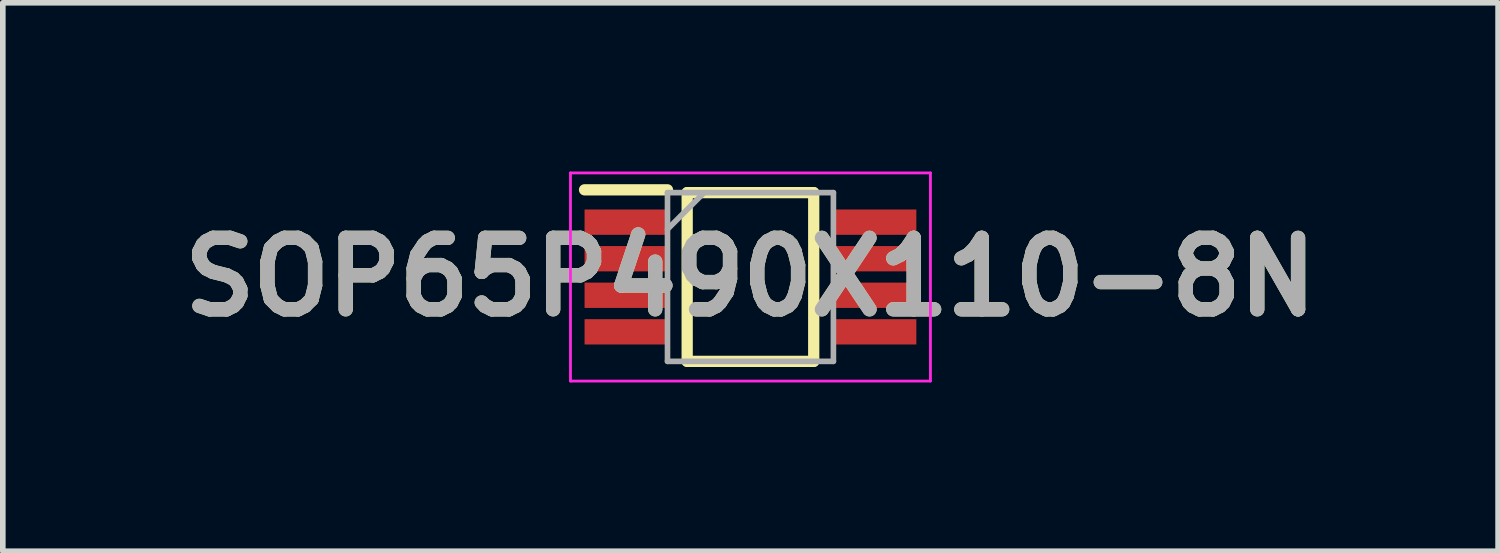
<source format=kicad_pcb>
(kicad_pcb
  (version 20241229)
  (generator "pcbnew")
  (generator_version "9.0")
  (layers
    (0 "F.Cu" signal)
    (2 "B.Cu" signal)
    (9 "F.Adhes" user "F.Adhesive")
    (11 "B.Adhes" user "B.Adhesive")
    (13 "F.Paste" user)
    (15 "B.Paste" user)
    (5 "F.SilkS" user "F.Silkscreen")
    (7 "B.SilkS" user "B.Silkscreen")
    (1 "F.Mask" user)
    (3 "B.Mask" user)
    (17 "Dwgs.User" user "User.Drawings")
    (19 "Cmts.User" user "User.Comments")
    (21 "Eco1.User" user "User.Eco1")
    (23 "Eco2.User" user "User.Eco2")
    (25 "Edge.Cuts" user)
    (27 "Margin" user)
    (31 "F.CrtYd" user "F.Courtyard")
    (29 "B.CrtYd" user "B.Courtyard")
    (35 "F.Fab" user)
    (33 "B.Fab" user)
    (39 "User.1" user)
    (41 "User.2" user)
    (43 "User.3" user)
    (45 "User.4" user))
  (footprint "SOP65P490X110-8N"
    (layer "F.Cu")
    (at 10.293 1.875)
    (property "Reference" "SOP65P490X110-8N" (at 0 0 0) (layer "F.SilkS") (effects (font (size 1.27 1.27) (thickness 0.254))))
    (attr smd)
    (fp_line (start -2.95 -1.55) (end -1.475 -1.55) (stroke (width 0.2) (type solid)) (layer "F.SilkS"))
    (fp_line (start -1.125 -1.5) (end 1.125 -1.5) (stroke (width 0.2) (type solid)) (layer "F.SilkS"))
    (fp_line (start -1.125 1.5) (end -1.125 -1.5) (stroke (width 0.2) (type solid)) (layer "F.SilkS"))
    (fp_line (start 1.125 -1.5) (end 1.125 1.5) (stroke (width 0.2) (type solid)) (layer "F.SilkS"))
    (fp_line (start 1.125 1.5) (end -1.125 1.5) (stroke (width 0.2) (type solid)) (layer "F.SilkS"))
    (fp_line (start -3.2 -1.85) (end 3.2 -1.85) (stroke (width 0.05) (type solid)) (layer "F.CrtYd"))
    (fp_line (start -3.2 1.85) (end -3.2 -1.85) (stroke (width 0.05) (type solid)) (layer "F.CrtYd"))
    (fp_line (start 3.2 -1.85) (end 3.2 1.85) (stroke (width 0.05) (type solid)) (layer "F.CrtYd"))
    (fp_line (start 3.2 1.85) (end -3.2 1.85) (stroke (width 0.05) (type solid)) (layer "F.CrtYd"))
    (fp_line (start -1.475 -1.5) (end 1.475 -1.5) (stroke (width 0.1) (type solid)) (layer "F.Fab"))
    (fp_line (start -1.475 -0.85) (end -0.825 -1.5) (stroke (width 0.1) (type solid)) (layer "F.Fab"))
    (fp_line (start -1.475 1.5) (end -1.475 -1.5) (stroke (width 0.1) (type solid)) (layer "F.Fab"))
    (fp_line (start 1.475 -1.5) (end 1.475 1.5) (stroke (width 0.1) (type solid)) (layer "F.Fab"))
    (fp_line (start 1.475 1.5) (end -1.475 1.5) (stroke (width 0.1) (type solid)) (layer "F.Fab"))
    (fp_text user "${REFERENCE}" (at 0 0 0) (layer "F.Fab") (effects (font (size 1.27 1.27) (thickness 0.254))))
    (pad "1" smd rect (at -2.212 -0.975 90) (size 0.45 1.475) (layers "F.Cu" "F.Mask" "F.Paste"))
    (pad "2" smd rect (at -2.212 -0.325 90) (size 0.45 1.475) (layers "F.Cu" "F.Mask" "F.Paste"))
    (pad "3" smd rect (at -2.212 0.325 90) (size 0.45 1.475) (layers "F.Cu" "F.Mask" "F.Paste"))
    (pad "4" smd rect (at -2.212 0.975 90) (size 0.45 1.475) (layers "F.Cu" "F.Mask" "F.Paste"))
    (pad "5" smd rect (at 2.212 0.975 90) (size 0.45 1.475) (layers "F.Cu" "F.Mask" "F.Paste"))
    (pad "6" smd rect (at 2.212 0.325 90) (size 0.45 1.475) (layers "F.Cu" "F.Mask" "F.Paste"))
    (pad "7" smd rect (at 2.212 -0.325 90) (size 0.45 1.475) (layers "F.Cu" "F.Mask" "F.Paste"))
    (pad "8" smd rect (at 2.212 -0.975 90) (size 0.45 1.475) (layers "F.Cu" "F.Mask" "F.Paste")))
  (gr_rect
    (start -3 -3)
    (end 23.586 6.75)
    (stroke (width 0.1) (type default))
    (fill no)
    (layer "Edge.Cuts")))
</source>
